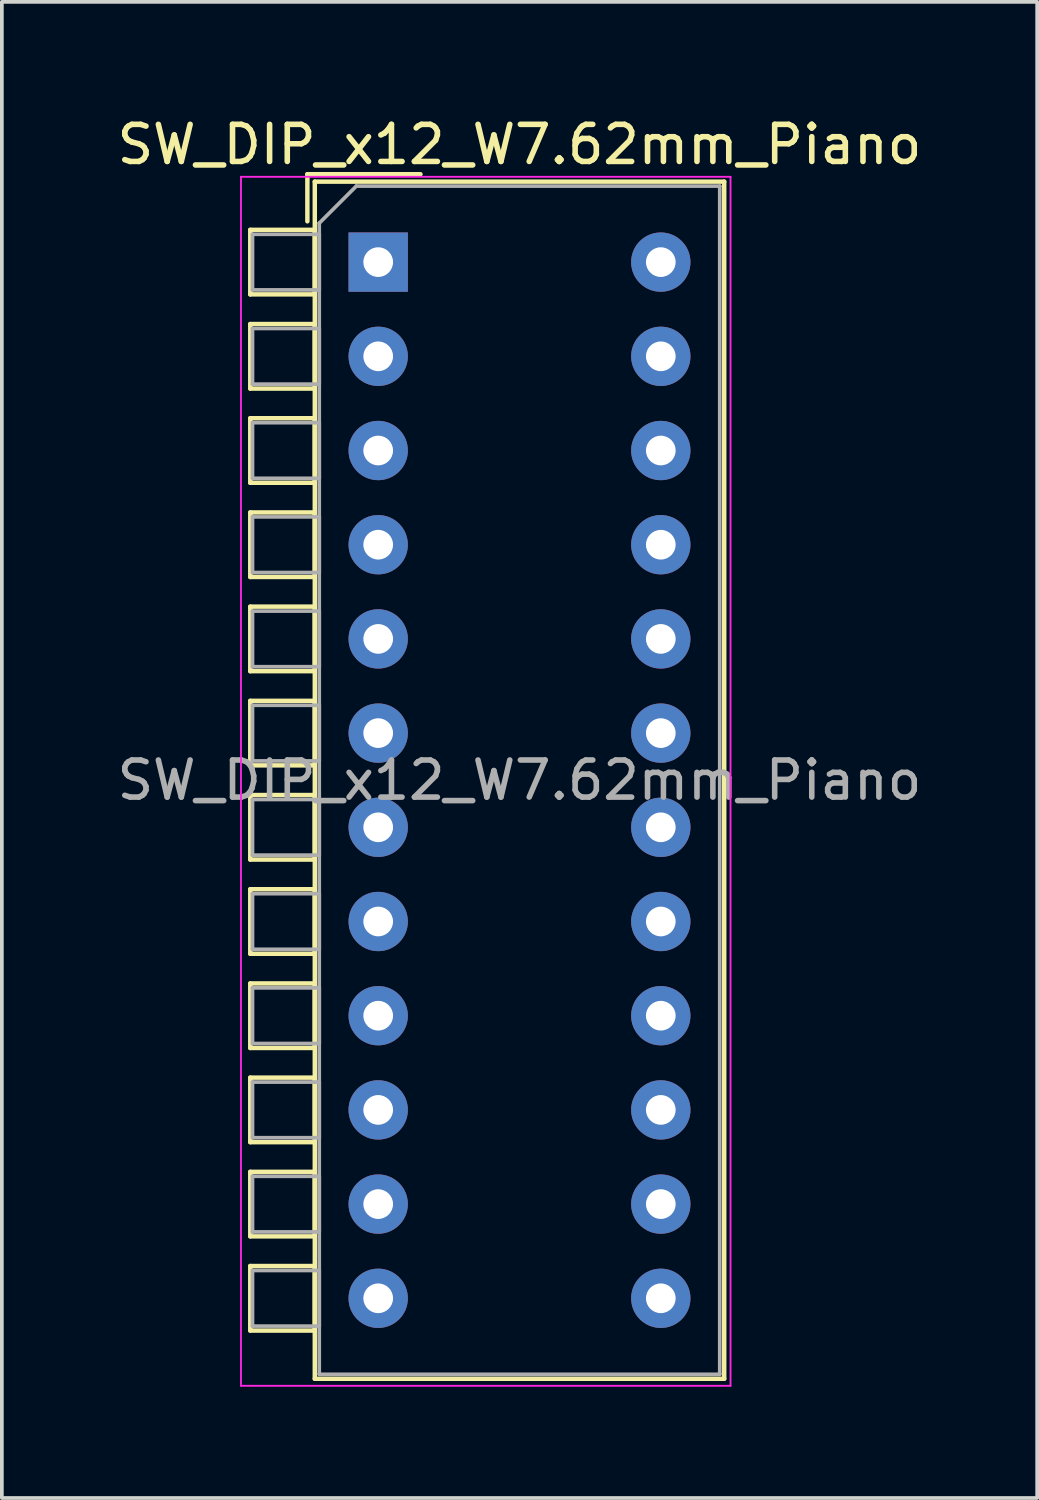
<source format=kicad_pcb>
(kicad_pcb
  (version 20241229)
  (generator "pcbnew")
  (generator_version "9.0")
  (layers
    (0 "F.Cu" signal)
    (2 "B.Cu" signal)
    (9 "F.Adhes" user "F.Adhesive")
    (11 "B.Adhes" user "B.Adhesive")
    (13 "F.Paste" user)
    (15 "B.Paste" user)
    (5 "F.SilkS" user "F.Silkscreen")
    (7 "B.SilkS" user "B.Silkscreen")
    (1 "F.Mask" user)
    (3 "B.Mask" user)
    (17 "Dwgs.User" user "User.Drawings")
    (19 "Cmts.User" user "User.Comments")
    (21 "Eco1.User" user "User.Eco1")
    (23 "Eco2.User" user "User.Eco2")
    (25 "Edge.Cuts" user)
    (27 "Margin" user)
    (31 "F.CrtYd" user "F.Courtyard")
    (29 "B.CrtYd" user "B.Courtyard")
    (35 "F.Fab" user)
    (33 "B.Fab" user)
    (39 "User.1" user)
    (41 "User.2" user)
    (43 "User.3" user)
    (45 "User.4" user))
  (footprint "SW_DIP_x12_W7.62mm_Piano"
    (layer "F.Cu")
    (at 7.148 4.018)
    (property "Reference" "SW_DIP_x12_W7.62mm_Piano" (at 3.81 -3.17 0) (layer "F.SilkS") (effects (font (size 1 1) (thickness 0.15))))
    (attr through_hole)
    (fp_line (start -3.45 -0.87) (end -3.45 0.87) (stroke (width 0.12) (type solid)) (layer "F.SilkS"))
    (fp_line (start -3.45 0.87) (end -1.71 0.87) (stroke (width 0.12) (type solid)) (layer "F.SilkS"))
    (fp_line (start -3.45 1.67) (end -3.45 3.41) (stroke (width 0.12) (type solid)) (layer "F.SilkS"))
    (fp_line (start -3.45 3.41) (end -1.71 3.41) (stroke (width 0.12) (type solid)) (layer "F.SilkS"))
    (fp_line (start -3.45 4.21) (end -3.45 5.95) (stroke (width 0.12) (type solid)) (layer "F.SilkS"))
    (fp_line (start -3.45 5.95) (end -1.71 5.95) (stroke (width 0.12) (type solid)) (layer "F.SilkS"))
    (fp_line (start -3.45 6.75) (end -3.45 8.49) (stroke (width 0.12) (type solid)) (layer "F.SilkS"))
    (fp_line (start -3.45 8.49) (end -1.71 8.49) (stroke (width 0.12) (type solid)) (layer "F.SilkS"))
    (fp_line (start -3.45 9.29) (end -3.45 11.03) (stroke (width 0.12) (type solid)) (layer "F.SilkS"))
    (fp_line (start -3.45 11.03) (end -1.71 11.03) (stroke (width 0.12) (type solid)) (layer "F.SilkS"))
    (fp_line (start -3.45 11.83) (end -3.45 13.57) (stroke (width 0.12) (type solid)) (layer "F.SilkS"))
    (fp_line (start -3.45 13.57) (end -1.71 13.57) (stroke (width 0.12) (type solid)) (layer "F.SilkS"))
    (fp_line (start -3.45 14.37) (end -3.45 16.11) (stroke (width 0.12) (type solid)) (layer "F.SilkS"))
    (fp_line (start -3.45 16.11) (end -1.71 16.11) (stroke (width 0.12) (type solid)) (layer "F.SilkS"))
    (fp_line (start -3.45 16.91) (end -3.45 18.65) (stroke (width 0.12) (type solid)) (layer "F.SilkS"))
    (fp_line (start -3.45 18.65) (end -1.71 18.65) (stroke (width 0.12) (type solid)) (layer "F.SilkS"))
    (fp_line (start -3.45 19.45) (end -3.45 21.19) (stroke (width 0.12) (type solid)) (layer "F.SilkS"))
    (fp_line (start -3.45 21.19) (end -1.71 21.19) (stroke (width 0.12) (type solid)) (layer "F.SilkS"))
    (fp_line (start -3.45 21.99) (end -3.45 23.73) (stroke (width 0.12) (type solid)) (layer "F.SilkS"))
    (fp_line (start -3.45 23.73) (end -1.71 23.73) (stroke (width 0.12) (type solid)) (layer "F.SilkS"))
    (fp_line (start -3.45 24.53) (end -3.45 26.27) (stroke (width 0.12) (type solid)) (layer "F.SilkS"))
    (fp_line (start -3.45 26.27) (end -1.71 26.27) (stroke (width 0.12) (type solid)) (layer "F.SilkS"))
    (fp_line (start -3.45 27.07) (end -3.45 28.81) (stroke (width 0.12) (type solid)) (layer "F.SilkS"))
    (fp_line (start -3.45 28.81) (end -1.71 28.81) (stroke (width 0.12) (type solid)) (layer "F.SilkS"))
    (fp_line (start -1.91 -2.37) (end -1.91 -1.1) (stroke (width 0.12) (type solid)) (layer "F.SilkS"))
    (fp_line (start -1.91 -2.37) (end 1.14 -2.37) (stroke (width 0.12) (type solid)) (layer "F.SilkS"))
    (fp_line (start -1.71 -2.17) (end 9.33 -2.17) (stroke (width 0.12) (type solid)) (layer "F.SilkS"))
    (fp_line (start -1.71 -0.87) (end -3.45 -0.87) (stroke (width 0.12) (type solid)) (layer "F.SilkS"))
    (fp_line (start -1.71 0.87) (end -1.71 -0.87) (stroke (width 0.12) (type solid)) (layer "F.SilkS"))
    (fp_line (start -1.71 1.67) (end -3.45 1.67) (stroke (width 0.12) (type solid)) (layer "F.SilkS"))
    (fp_line (start -1.71 3.41) (end -1.71 1.67) (stroke (width 0.12) (type solid)) (layer "F.SilkS"))
    (fp_line (start -1.71 4.21) (end -3.45 4.21) (stroke (width 0.12) (type solid)) (layer "F.SilkS"))
    (fp_line (start -1.71 5.95) (end -1.71 4.21) (stroke (width 0.12) (type solid)) (layer "F.SilkS"))
    (fp_line (start -1.71 6.75) (end -3.45 6.75) (stroke (width 0.12) (type solid)) (layer "F.SilkS"))
    (fp_line (start -1.71 8.49) (end -1.71 6.75) (stroke (width 0.12) (type solid)) (layer "F.SilkS"))
    (fp_line (start -1.71 9.29) (end -3.45 9.29) (stroke (width 0.12) (type solid)) (layer "F.SilkS"))
    (fp_line (start -1.71 11.03) (end -1.71 9.29) (stroke (width 0.12) (type solid)) (layer "F.SilkS"))
    (fp_line (start -1.71 11.83) (end -3.45 11.83) (stroke (width 0.12) (type solid)) (layer "F.SilkS"))
    (fp_line (start -1.71 13.57) (end -1.71 11.83) (stroke (width 0.12) (type solid)) (layer "F.SilkS"))
    (fp_line (start -1.71 14.37) (end -3.45 14.37) (stroke (width 0.12) (type solid)) (layer "F.SilkS"))
    (fp_line (start -1.71 16.11) (end -1.71 14.37) (stroke (width 0.12) (type solid)) (layer "F.SilkS"))
    (fp_line (start -1.71 16.91) (end -3.45 16.91) (stroke (width 0.12) (type solid)) (layer "F.SilkS"))
    (fp_line (start -1.71 18.65) (end -1.71 16.91) (stroke (width 0.12) (type solid)) (layer "F.SilkS"))
    (fp_line (start -1.71 19.45) (end -3.45 19.45) (stroke (width 0.12) (type solid)) (layer "F.SilkS"))
    (fp_line (start -1.71 21.19) (end -1.71 19.45) (stroke (width 0.12) (type solid)) (layer "F.SilkS"))
    (fp_line (start -1.71 21.99) (end -3.45 21.99) (stroke (width 0.12) (type solid)) (layer "F.SilkS"))
    (fp_line (start -1.71 23.73) (end -1.71 21.99) (stroke (width 0.12) (type solid)) (layer "F.SilkS"))
    (fp_line (start -1.71 24.53) (end -3.45 24.53) (stroke (width 0.12) (type solid)) (layer "F.SilkS"))
    (fp_line (start -1.71 26.27) (end -1.71 24.53) (stroke (width 0.12) (type solid)) (layer "F.SilkS"))
    (fp_line (start -1.71 27.07) (end -3.45 27.07) (stroke (width 0.12) (type solid)) (layer "F.SilkS"))
    (fp_line (start -1.71 28.81) (end -1.71 27.07) (stroke (width 0.12) (type solid)) (layer "F.SilkS"))
    (fp_line (start -1.71 30.11) (end -1.71 -2.17) (stroke (width 0.12) (type solid)) (layer "F.SilkS"))
    (fp_line (start 9.33 -2.17) (end 9.33 30.11) (stroke (width 0.12) (type solid)) (layer "F.SilkS"))
    (fp_line (start 9.33 30.11) (end -1.71 30.11) (stroke (width 0.12) (type solid)) (layer "F.SilkS"))
    (fp_line (start -3.7 -2.3) (end -3.7 30.3) (stroke (width 0.05) (type solid)) (layer "F.CrtYd"))
    (fp_line (start -3.7 30.3) (end 9.5 30.3) (stroke (width 0.05) (type solid)) (layer "F.CrtYd"))
    (fp_line (start 9.5 -2.3) (end -3.7 -2.3) (stroke (width 0.05) (type solid)) (layer "F.CrtYd"))
    (fp_line (start 9.5 30.3) (end 9.5 -2.3) (stroke (width 0.05) (type solid)) (layer "F.CrtYd"))
    (fp_line (start -3.39 -0.75) (end -1.59 -0.75) (stroke (width 0.1) (type solid)) (layer "F.Fab"))
    (fp_line (start -3.39 0.75) (end -3.39 -0.75) (stroke (width 0.1) (type solid)) (layer "F.Fab"))
    (fp_line (start -3.39 1.79) (end -1.59 1.79) (stroke (width 0.1) (type solid)) (layer "F.Fab"))
    (fp_line (start -3.39 3.29) (end -3.39 1.79) (stroke (width 0.1) (type solid)) (layer "F.Fab"))
    (fp_line (start -3.39 4.33) (end -1.59 4.33) (stroke (width 0.1) (type solid)) (layer "F.Fab"))
    (fp_line (start -3.39 5.83) (end -3.39 4.33) (stroke (width 0.1) (type solid)) (layer "F.Fab"))
    (fp_line (start -3.39 6.87) (end -1.59 6.87) (stroke (width 0.1) (type solid)) (layer "F.Fab"))
    (fp_line (start -3.39 8.37) (end -3.39 6.87) (stroke (width 0.1) (type solid)) (layer "F.Fab"))
    (fp_line (start -3.39 9.41) (end -1.59 9.41) (stroke (width 0.1) (type solid)) (layer "F.Fab"))
    (fp_line (start -3.39 10.91) (end -3.39 9.41) (stroke (width 0.1) (type solid)) (layer "F.Fab"))
    (fp_line (start -3.39 11.95) (end -1.59 11.95) (stroke (width 0.1) (type solid)) (layer "F.Fab"))
    (fp_line (start -3.39 13.45) (end -3.39 11.95) (stroke (width 0.1) (type solid)) (layer "F.Fab"))
    (fp_line (start -3.39 14.49) (end -1.59 14.49) (stroke (width 0.1) (type solid)) (layer "F.Fab"))
    (fp_line (start -3.39 15.99) (end -3.39 14.49) (stroke (width 0.1) (type solid)) (layer "F.Fab"))
    (fp_line (start -3.39 17.03) (end -1.59 17.03) (stroke (width 0.1) (type solid)) (layer "F.Fab"))
    (fp_line (start -3.39 18.53) (end -3.39 17.03) (stroke (width 0.1) (type solid)) (layer "F.Fab"))
    (fp_line (start -3.39 19.57) (end -1.59 19.57) (stroke (width 0.1) (type solid)) (layer "F.Fab"))
    (fp_line (start -3.39 21.07) (end -3.39 19.57) (stroke (width 0.1) (type solid)) (layer "F.Fab"))
    (fp_line (start -3.39 22.11) (end -1.59 22.11) (stroke (width 0.1) (type solid)) (layer "F.Fab"))
    (fp_line (start -3.39 23.61) (end -3.39 22.11) (stroke (width 0.1) (type solid)) (layer "F.Fab"))
    (fp_line (start -3.39 24.65) (end -1.59 24.65) (stroke (width 0.1) (type solid)) (layer "F.Fab"))
    (fp_line (start -3.39 26.15) (end -3.39 24.65) (stroke (width 0.1) (type solid)) (layer "F.Fab"))
    (fp_line (start -3.39 27.19) (end -1.59 27.19) (stroke (width 0.1) (type solid)) (layer "F.Fab"))
    (fp_line (start -3.39 28.69) (end -3.39 27.19) (stroke (width 0.1) (type solid)) (layer "F.Fab"))
    (fp_line (start -1.59 -1.05) (end -0.59 -2.05) (stroke (width 0.1) (type solid)) (layer "F.Fab"))
    (fp_line (start -1.59 -0.75) (end -1.59 0.75) (stroke (width 0.1) (type solid)) (layer "F.Fab"))
    (fp_line (start -1.59 0.75) (end -3.39 0.75) (stroke (width 0.1) (type solid)) (layer "F.Fab"))
    (fp_line (start -1.59 1.79) (end -1.59 3.29) (stroke (width 0.1) (type solid)) (layer "F.Fab"))
    (fp_line (start -1.59 3.29) (end -3.39 3.29) (stroke (width 0.1) (type solid)) (layer "F.Fab"))
    (fp_line (start -1.59 4.33) (end -1.59 5.83) (stroke (width 0.1) (type solid)) (layer "F.Fab"))
    (fp_line (start -1.59 5.83) (end -3.39 5.83) (stroke (width 0.1) (type solid)) (layer "F.Fab"))
    (fp_line (start -1.59 6.87) (end -1.59 8.37) (stroke (width 0.1) (type solid)) (layer "F.Fab"))
    (fp_line (start -1.59 8.37) (end -3.39 8.37) (stroke (width 0.1) (type solid)) (layer "F.Fab"))
    (fp_line (start -1.59 9.41) (end -1.59 10.91) (stroke (width 0.1) (type solid)) (layer "F.Fab"))
    (fp_line (start -1.59 10.91) (end -3.39 10.91) (stroke (width 0.1) (type solid)) (layer "F.Fab"))
    (fp_line (start -1.59 11.95) (end -1.59 13.45) (stroke (width 0.1) (type solid)) (layer "F.Fab"))
    (fp_line (start -1.59 13.45) (end -3.39 13.45) (stroke (width 0.1) (type solid)) (layer "F.Fab"))
    (fp_line (start -1.59 14.49) (end -1.59 15.99) (stroke (width 0.1) (type solid)) (layer "F.Fab"))
    (fp_line (start -1.59 15.99) (end -3.39 15.99) (stroke (width 0.1) (type solid)) (layer "F.Fab"))
    (fp_line (start -1.59 17.03) (end -1.59 18.53) (stroke (width 0.1) (type solid)) (layer "F.Fab"))
    (fp_line (start -1.59 18.53) (end -3.39 18.53) (stroke (width 0.1) (type solid)) (layer "F.Fab"))
    (fp_line (start -1.59 19.57) (end -1.59 21.07) (stroke (width 0.1) (type solid)) (layer "F.Fab"))
    (fp_line (start -1.59 21.07) (end -3.39 21.07) (stroke (width 0.1) (type solid)) (layer "F.Fab"))
    (fp_line (start -1.59 22.11) (end -1.59 23.61) (stroke (width 0.1) (type solid)) (layer "F.Fab"))
    (fp_line (start -1.59 23.61) (end -3.39 23.61) (stroke (width 0.1) (type solid)) (layer "F.Fab"))
    (fp_line (start -1.59 24.65) (end -1.59 26.15) (stroke (width 0.1) (type solid)) (layer "F.Fab"))
    (fp_line (start -1.59 26.15) (end -3.39 26.15) (stroke (width 0.1) (type solid)) (layer "F.Fab"))
    (fp_line (start -1.59 27.19) (end -1.59 28.69) (stroke (width 0.1) (type solid)) (layer "F.Fab"))
    (fp_line (start -1.59 28.69) (end -3.39 28.69) (stroke (width 0.1) (type solid)) (layer "F.Fab"))
    (fp_line (start -1.59 29.99) (end -1.59 -1.05) (stroke (width 0.1) (type solid)) (layer "F.Fab"))
    (fp_line (start -0.59 -2.05) (end 9.21 -2.05) (stroke (width 0.1) (type solid)) (layer "F.Fab"))
    (fp_line (start 9.21 -2.05) (end 9.21 29.99) (stroke (width 0.1) (type solid)) (layer "F.Fab"))
    (fp_line (start 9.21 29.99) (end -1.59 29.99) (stroke (width 0.1) (type solid)) (layer "F.Fab"))
    (fp_text user "${REFERENCE}" (at 3.81 13.97 0) (layer "F.Fab") (effects (font (size 1 1) (thickness 0.15))))
    (pad "1" thru_hole rect (at 0 0) (size 1.6 1.6) (drill 0.8) (layers "*.Cu" "*.Mask"))
    (pad "2" thru_hole oval (at 0 2.54) (size 1.6 1.6) (drill 0.8) (layers "*.Cu" "*.Mask"))
    (pad "3" thru_hole oval (at 0 5.08) (size 1.6 1.6) (drill 0.8) (layers "*.Cu" "*.Mask"))
    (pad "4" thru_hole oval (at 0 7.62) (size 1.6 1.6) (drill 0.8) (layers "*.Cu" "*.Mask"))
    (pad "5" thru_hole oval (at 0 10.16) (size 1.6 1.6) (drill 0.8) (layers "*.Cu" "*.Mask"))
    (pad "6" thru_hole oval (at 0 12.7) (size 1.6 1.6) (drill 0.8) (layers "*.Cu" "*.Mask"))
    (pad "7" thru_hole oval (at 0 15.24) (size 1.6 1.6) (drill 0.8) (layers "*.Cu" "*.Mask"))
    (pad "8" thru_hole oval (at 0 17.78) (size 1.6 1.6) (drill 0.8) (layers "*.Cu" "*.Mask"))
    (pad "9" thru_hole oval (at 0 20.32) (size 1.6 1.6) (drill 0.8) (layers "*.Cu" "*.Mask"))
    (pad "10" thru_hole oval (at 0 22.86) (size 1.6 1.6) (drill 0.8) (layers "*.Cu" "*.Mask"))
    (pad "11" thru_hole oval (at 0 25.4) (size 1.6 1.6) (drill 0.8) (layers "*.Cu" "*.Mask"))
    (pad "12" thru_hole oval (at 0 27.94) (size 1.6 1.6) (drill 0.8) (layers "*.Cu" "*.Mask"))
    (pad "13" thru_hole oval (at 7.62 27.94) (size 1.6 1.6) (drill 0.8) (layers "*.Cu" "*.Mask"))
    (pad "14" thru_hole oval (at 7.62 25.4) (size 1.6 1.6) (drill 0.8) (layers "*.Cu" "*.Mask"))
    (pad "15" thru_hole oval (at 7.62 22.86) (size 1.6 1.6) (drill 0.8) (layers "*.Cu" "*.Mask"))
    (pad "16" thru_hole oval (at 7.62 20.32) (size 1.6 1.6) (drill 0.8) (layers "*.Cu" "*.Mask"))
    (pad "17" thru_hole oval (at 7.62 17.78) (size 1.6 1.6) (drill 0.8) (layers "*.Cu" "*.Mask"))
    (pad "18" thru_hole oval (at 7.62 15.24) (size 1.6 1.6) (drill 0.8) (layers "*.Cu" "*.Mask"))
    (pad "19" thru_hole oval (at 7.62 12.7) (size 1.6 1.6) (drill 0.8) (layers "*.Cu" "*.Mask"))
    (pad "20" thru_hole oval (at 7.62 10.16) (size 1.6 1.6) (drill 0.8) (layers "*.Cu" "*.Mask"))
    (pad "21" thru_hole oval (at 7.62 7.62) (size 1.6 1.6) (drill 0.8) (layers "*.Cu" "*.Mask"))
    (pad "22" thru_hole oval (at 7.62 5.08) (size 1.6 1.6) (drill 0.8) (layers "*.Cu" "*.Mask"))
    (pad "23" thru_hole oval (at 7.62 2.54) (size 1.6 1.6) (drill 0.8) (layers "*.Cu" "*.Mask"))
    (pad "24" thru_hole oval (at 7.62 0) (size 1.6 1.6) (drill 0.8) (layers "*.Cu" "*.Mask")))
  (gr_rect
    (start -3 -3)
    (end 24.917 37.343)
    (stroke (width 0.1) (type default))
    (fill no)
    (layer "Edge.Cuts")))
</source>
